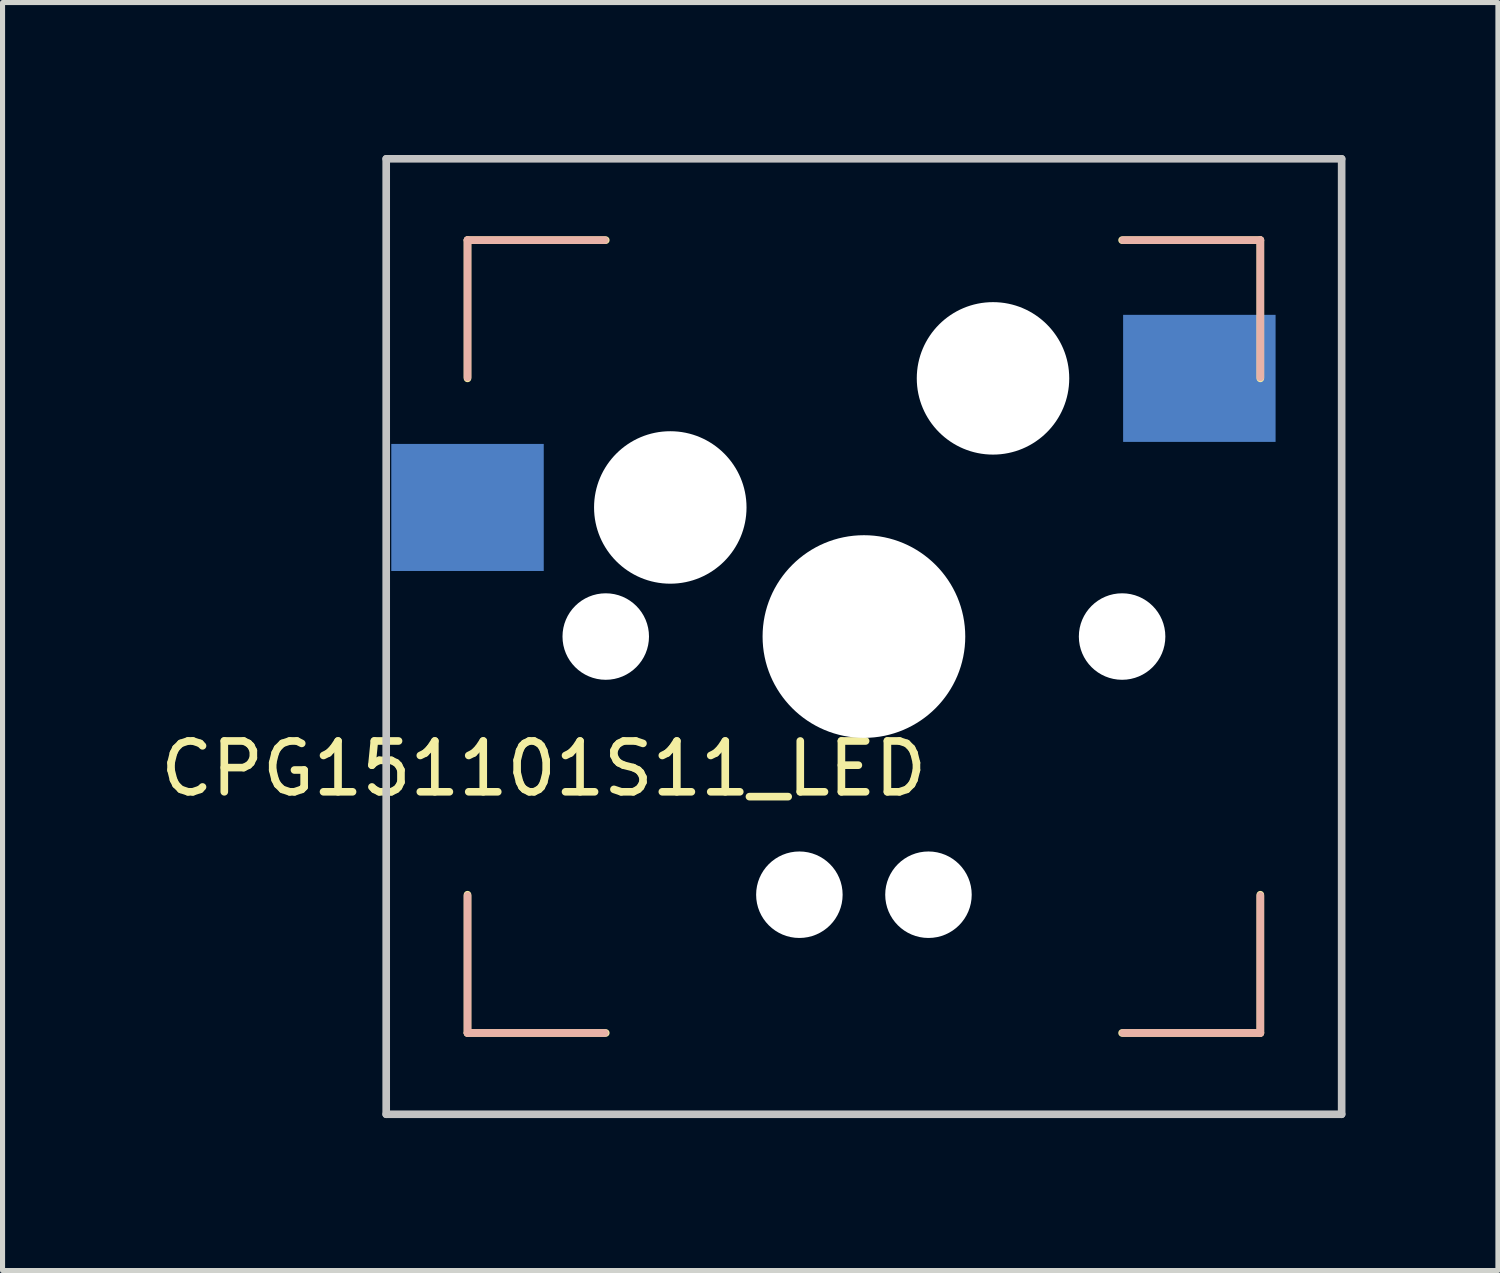
<source format=kicad_pcb>
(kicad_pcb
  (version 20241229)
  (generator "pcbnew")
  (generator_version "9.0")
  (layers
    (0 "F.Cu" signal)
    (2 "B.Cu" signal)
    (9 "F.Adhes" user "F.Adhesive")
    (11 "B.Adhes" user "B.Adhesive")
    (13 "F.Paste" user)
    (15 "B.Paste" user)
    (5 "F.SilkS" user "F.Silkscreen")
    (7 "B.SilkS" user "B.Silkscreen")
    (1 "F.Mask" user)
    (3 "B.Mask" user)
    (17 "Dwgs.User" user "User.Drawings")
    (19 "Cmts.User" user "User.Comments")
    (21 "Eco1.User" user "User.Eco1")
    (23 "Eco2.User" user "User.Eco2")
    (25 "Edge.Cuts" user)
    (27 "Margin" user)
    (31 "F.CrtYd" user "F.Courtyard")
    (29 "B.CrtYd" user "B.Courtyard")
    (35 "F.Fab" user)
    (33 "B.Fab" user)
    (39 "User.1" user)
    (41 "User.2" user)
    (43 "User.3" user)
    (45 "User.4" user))
  (footprint "CPG151101S11_LED"
    (layer "F.Cu")
    (at 13.949 9.475)
    (property "Reference" "CPG151101S11_LED" (at -6.3 2.6 0) (layer "F.SilkS") (effects (font (size 1 1) (thickness 0.15))))
    (attr through_hole)
    (fp_line (start -7.8 -7.8) (end -5.08 -7.8) (stroke (width 0.15) (type solid)) (layer "F.SilkS"))
    (fp_line (start -7.8 -5.08) (end -7.8 -7.8) (stroke (width 0.15) (type solid)) (layer "F.SilkS"))
    (fp_line (start -7.8 5.08) (end -7.8 7.8) (stroke (width 0.15) (type solid)) (layer "F.SilkS"))
    (fp_line (start -7.8 7.8) (end -5.08 7.8) (stroke (width 0.15) (type solid)) (layer "F.SilkS"))
    (fp_line (start 5.08 7.8) (end 7.8 7.8) (stroke (width 0.15) (type solid)) (layer "F.SilkS"))
    (fp_line (start 7.8 -7.8) (end 5.08 -7.8) (stroke (width 0.15) (type solid)) (layer "F.SilkS"))
    (fp_line (start 7.8 -5.08) (end 7.8 -7.8) (stroke (width 0.15) (type solid)) (layer "F.SilkS"))
    (fp_line (start 7.8 7.8) (end 7.8 5.08) (stroke (width 0.15) (type solid)) (layer "F.SilkS"))
    (fp_line (start -7.8 -7.8) (end -5.1 -7.8) (stroke (width 0.15) (type solid)) (layer "B.SilkS"))
    (fp_line (start -7.8 -5.1) (end -7.8 -7.8) (stroke (width 0.15) (type solid)) (layer "B.SilkS"))
    (fp_line (start -7.8 7.8) (end -7.8 5.1) (stroke (width 0.15) (type solid)) (layer "B.SilkS"))
    (fp_line (start -5.1 7.8) (end -7.8 7.8) (stroke (width 0.15) (type solid)) (layer "B.SilkS"))
    (fp_line (start 5.1 -7.8) (end 7.8 -7.8) (stroke (width 0.15) (type solid)) (layer "B.SilkS"))
    (fp_line (start 7.8 -7.8) (end 7.8 -5.1) (stroke (width 0.15) (type solid)) (layer "B.SilkS"))
    (fp_line (start 7.8 5.1) (end 7.8 7.8) (stroke (width 0.15) (type solid)) (layer "B.SilkS"))
    (fp_line (start 7.8 7.8) (end 5.1 7.8) (stroke (width 0.15) (type solid)) (layer "B.SilkS"))
    (fp_line (start -9.4 -9.4) (end 9.4 -9.4) (stroke (width 0.15) (type solid)) (layer "Dwgs.User"))
    (fp_line (start -9.4 9.4) (end -9.4 -9.4) (stroke (width 0.15) (type solid)) (layer "Dwgs.User"))
    (fp_line (start 9.4 -9.4) (end 9.4 9.4) (stroke (width 0.15) (type solid)) (layer "Dwgs.User"))
    (fp_line (start 9.4 9.4) (end -9.4 9.4) (stroke (width 0.15) (type solid)) (layer "Dwgs.User"))
    (pad "" np_thru_hole circle (at -5.08 0) (size 1.702 1.702) (drill 1.702) (layers "*.Cu" "*.Mask"))
    (pad "" np_thru_hole circle (at -3.81 -2.54) (size 3 3) (drill 3) (layers "*.Cu" "*.Mask"))
    (pad "" np_thru_hole circle (at -1.27 5.08) (size 1.702 1.702) (drill 1.702) (layers "*.Cu" "*.Mask"))
    (pad "" np_thru_hole circle (at 0 0) (size 3.988 3.988) (drill 3.988) (layers "*.Cu" "*.Mask"))
    (pad "" np_thru_hole circle (at 1.27 5.08) (size 1.702 1.702) (drill 1.702) (layers "*.Cu" "*.Mask"))
    (pad "" np_thru_hole circle (at 2.54 -5.08) (size 3 3) (drill 3) (layers "*.Cu" "*.Mask"))
    (pad "" np_thru_hole circle (at 5.08 0) (size 1.702 1.702) (drill 1.702) (layers "*.Cu" "*.Mask"))
    (pad "1" smd rect (at 6.6 -5.08) (size 3 2.5) (layers "B.Cu" "B.Mask" "B.Paste"))
    (pad "2" smd rect (at -7.8 -2.54) (size 3 2.5) (layers "B.Cu" "B.Mask" "B.Paste")))
  (gr_rect
    (start -3 -3)
    (end 26.424 21.95)
    (stroke (width 0.1) (type default))
    (fill no)
    (layer "Edge.Cuts")))
</source>
